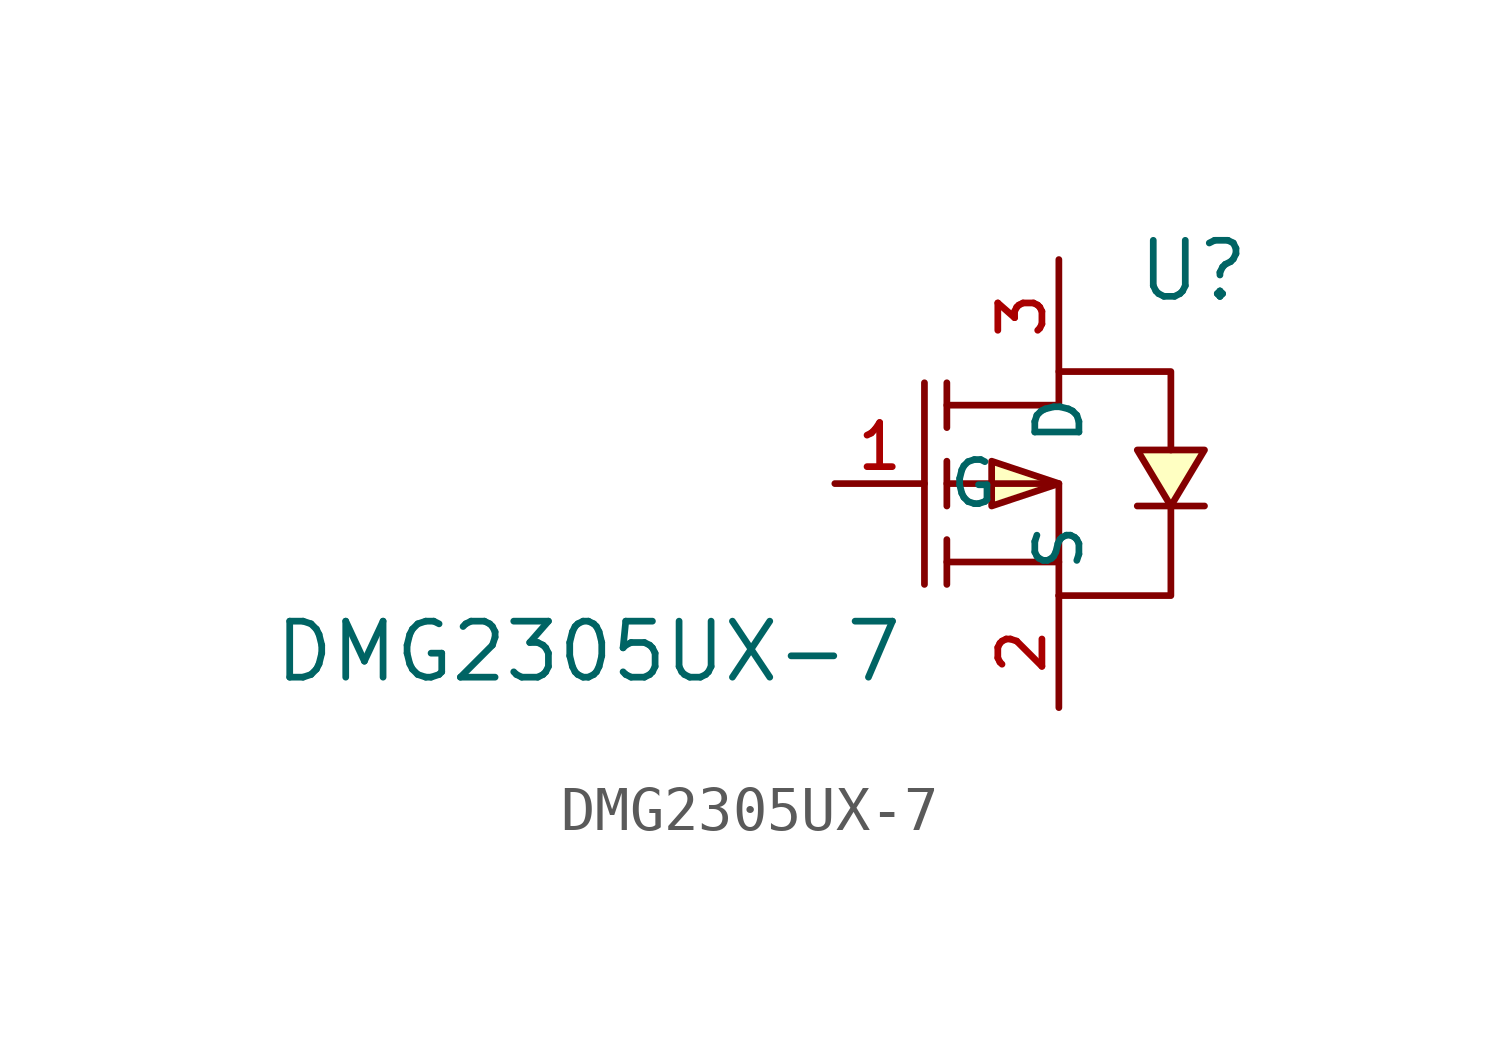
<source format=kicad_sym>
(kicad_symbol_lib
  (version 20241209)
  (generator "kicad_symbol_editor")
  (generator_version "9.0")
  (symbol "DMG2305UX-7"
    (property "Reference" "U"
      (at 3.048 4.826 0)
      (effects (font (size 1.27 1.27))))
    (property "Value" "DMG2305UX-7"
      (at -10.668 -3.81 0)
      (effects (font (size 1.27 1.27))))
    (symbol "DMG2305UX-7_0_1"
      (polyline (pts (xy -3.048 2.286) (xy -3.048 -2.286)) (stroke (width 0) (type default)) (fill (type none)))
      (polyline (pts (xy -2.54 1.27) (xy -2.54 2.286)) (stroke (width 0) (type default)) (fill (type none)))
      (polyline (pts (xy -2.54 0) (xy 0 0) (xy 0 -2.54)) (stroke (width 0) (type default)) (fill (type none)))
      (polyline (pts (xy -2.54 -0.508) (xy -2.54 0.508)) (stroke (width 0) (type default)) (fill (type none)))
      (polyline (pts (xy -2.54 -2.286) (xy -2.54 -1.27)) (stroke (width 0) (type default)) (fill (type none)))
      (polyline (pts (xy 0 1.778) (xy -2.54 1.778)) (stroke (width 0) (type default)) (fill (type none)))
      (polyline (pts (xy 0 1.778) (xy 0 2.54) (xy 2.54 2.54) (xy 2.54 0.762)) (stroke (width 0) (type default)) (fill (type none)))
      (polyline (pts (xy 0 0) (xy -1.524 0.508) (xy -1.524 -0.508) (xy 0 0)) (stroke (width 0) (type default)) (fill (type background)))
      (polyline (pts (xy 0 -1.778) (xy -2.54 -1.778)) (stroke (width 0) (type default)) (fill (type none)))
      (polyline (pts (xy 0 -2.54) (xy 2.54 -2.54) (xy 2.54 -0.508)) (stroke (width 0) (type default)) (fill (type none)))
      (polyline (pts (xy 2.54 -0.508) (xy 3.302 0.762) (xy 1.778 0.762) (xy 2.54 -0.508)) (stroke (width 0) (type default)) (fill (type background)))
      (polyline (pts (xy 3.302 -0.508) (xy 3.048 -0.508) (xy 2.032 -0.508) (xy 1.778 -0.508)) (stroke (width 0) (type default)) (fill (type none)))
      (pin unspecified line (at -5.08 0 0) (length 2.032) (name "G" (effects (font (size 1 1)))) (number "1" (effects (font (size 1 1)))))
      (pin unspecified line (at 0 5.08 270) (length 2.54) (name "D" (effects (font (size 1 1)))) (number "3" (effects (font (size 1 1)))))
      (pin unspecified line (at 0 -5.08 90) (length 2.54) (name "S" (effects (font (size 1 1)))) (number "2" (effects (font (size 1 1))))))))
</source>
